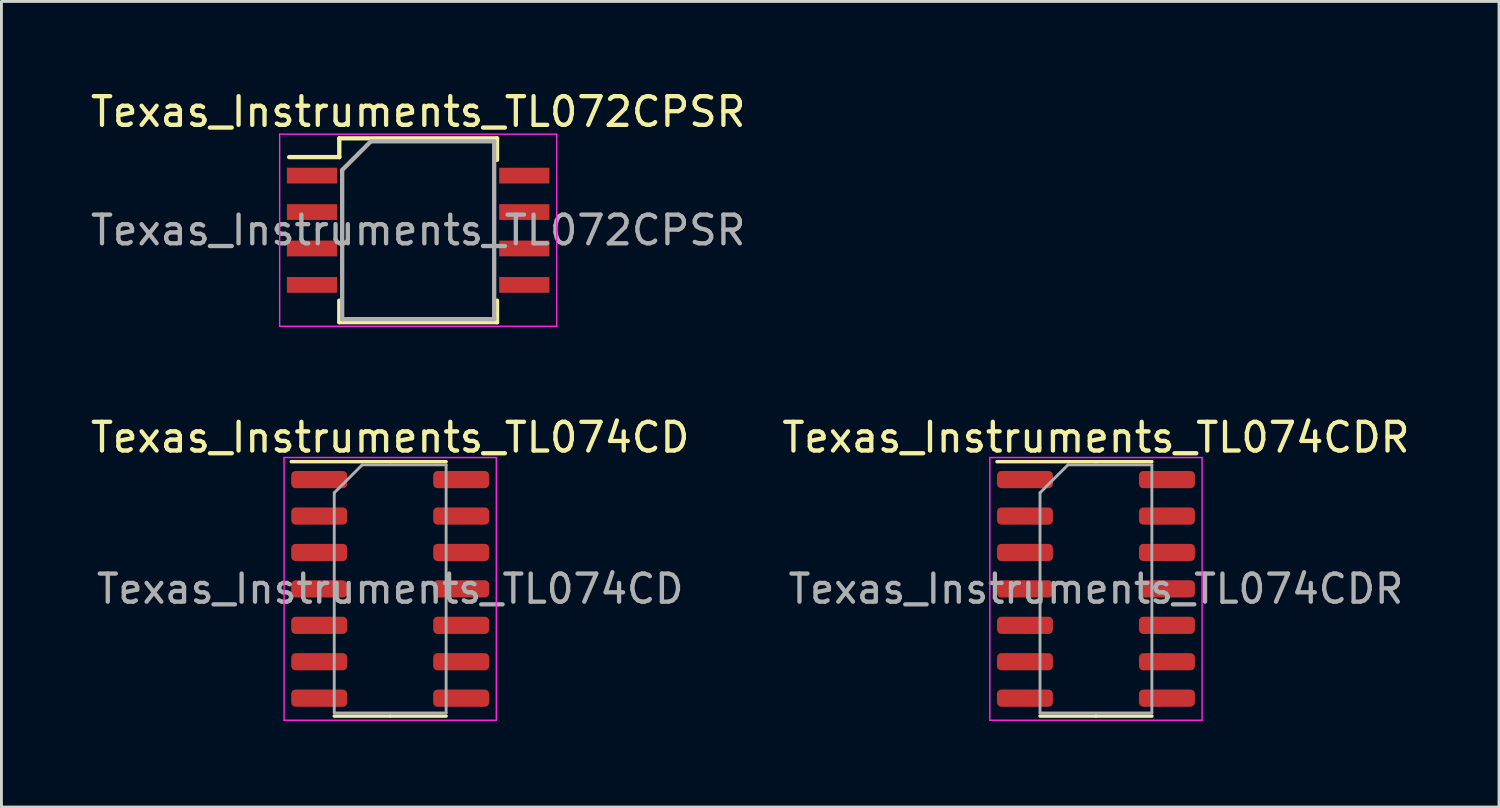
<source format=kicad_pcb>
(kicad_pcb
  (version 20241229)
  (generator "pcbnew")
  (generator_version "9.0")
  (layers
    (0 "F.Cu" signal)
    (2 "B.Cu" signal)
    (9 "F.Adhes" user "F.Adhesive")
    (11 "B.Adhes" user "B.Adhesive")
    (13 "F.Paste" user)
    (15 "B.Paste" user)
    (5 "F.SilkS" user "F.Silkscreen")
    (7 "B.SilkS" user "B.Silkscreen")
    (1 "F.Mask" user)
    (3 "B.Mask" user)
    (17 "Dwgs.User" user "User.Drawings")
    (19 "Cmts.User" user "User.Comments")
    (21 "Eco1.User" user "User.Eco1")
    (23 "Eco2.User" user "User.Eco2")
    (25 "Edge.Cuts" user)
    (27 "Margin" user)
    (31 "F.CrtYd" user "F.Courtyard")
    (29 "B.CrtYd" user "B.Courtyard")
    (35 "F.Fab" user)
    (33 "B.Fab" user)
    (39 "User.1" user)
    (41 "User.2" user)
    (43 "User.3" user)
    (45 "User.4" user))
  (footprint "Texas_Instruments_TL074CD"
    (layer "F.Cu")
    (at 10.554 17.482)
    (property "Reference" "Texas_Instruments_TL074CD" (at 0 -5.28 0) (layer "F.SilkS") (effects (font (size 1 1) (thickness 0.15))))
    (attr smd)
    (fp_line (start 0 -4.435) (end -3.45 -4.435) (stroke (width 0.12) (type solid)) (layer "F.SilkS"))
    (fp_line (start 0 -4.435) (end 1.95 -4.435) (stroke (width 0.12) (type solid)) (layer "F.SilkS"))
    (fp_line (start 0 4.435) (end -1.95 4.435) (stroke (width 0.12) (type solid)) (layer "F.SilkS"))
    (fp_line (start 0 4.435) (end 1.95 4.435) (stroke (width 0.12) (type solid)) (layer "F.SilkS"))
    (fp_line (start -3.7 -4.58) (end -3.7 4.58) (stroke (width 0.05) (type solid)) (layer "F.CrtYd"))
    (fp_line (start -3.7 4.58) (end 3.7 4.58) (stroke (width 0.05) (type solid)) (layer "F.CrtYd"))
    (fp_line (start 3.7 -4.58) (end -3.7 -4.58) (stroke (width 0.05) (type solid)) (layer "F.CrtYd"))
    (fp_line (start 3.7 4.58) (end 3.7 -4.58) (stroke (width 0.05) (type solid)) (layer "F.CrtYd"))
    (fp_line (start -1.95 -3.35) (end -0.975 -4.325) (stroke (width 0.1) (type solid)) (layer "F.Fab"))
    (fp_line (start -1.95 4.325) (end -1.95 -3.35) (stroke (width 0.1) (type solid)) (layer "F.Fab"))
    (fp_line (start -0.975 -4.325) (end 1.95 -4.325) (stroke (width 0.1) (type solid)) (layer "F.Fab"))
    (fp_line (start 1.95 -4.325) (end 1.95 4.325) (stroke (width 0.1) (type solid)) (layer "F.Fab"))
    (fp_line (start 1.95 4.325) (end -1.95 4.325) (stroke (width 0.1) (type solid)) (layer "F.Fab"))
    (fp_text user "${REFERENCE}" (at 0 0 0) (layer "F.Fab") (effects (font (size 0.98 0.98) (thickness 0.15))))
    (pad "1" smd roundrect (at -2.475 -3.81) (size 1.95 0.6) (layers "F.Cu" "F.Mask" "F.Paste") (roundrect_rratio 0.25))
    (pad "2" smd roundrect (at -2.475 -2.54) (size 1.95 0.6) (layers "F.Cu" "F.Mask" "F.Paste") (roundrect_rratio 0.25))
    (pad "3" smd roundrect (at -2.475 -1.27) (size 1.95 0.6) (layers "F.Cu" "F.Mask" "F.Paste") (roundrect_rratio 0.25))
    (pad "4" smd roundrect (at -2.475 0) (size 1.95 0.6) (layers "F.Cu" "F.Mask" "F.Paste") (roundrect_rratio 0.25))
    (pad "5" smd roundrect (at -2.475 1.27) (size 1.95 0.6) (layers "F.Cu" "F.Mask" "F.Paste") (roundrect_rratio 0.25))
    (pad "6" smd roundrect (at -2.475 2.54) (size 1.95 0.6) (layers "F.Cu" "F.Mask" "F.Paste") (roundrect_rratio 0.25))
    (pad "7" smd roundrect (at -2.475 3.81) (size 1.95 0.6) (layers "F.Cu" "F.Mask" "F.Paste") (roundrect_rratio 0.25))
    (pad "8" smd roundrect (at 2.475 3.81) (size 1.95 0.6) (layers "F.Cu" "F.Mask" "F.Paste") (roundrect_rratio 0.25))
    (pad "9" smd roundrect (at 2.475 2.54) (size 1.95 0.6) (layers "F.Cu" "F.Mask" "F.Paste") (roundrect_rratio 0.25))
    (pad "10" smd roundrect (at 2.475 1.27) (size 1.95 0.6) (layers "F.Cu" "F.Mask" "F.Paste") (roundrect_rratio 0.25))
    (pad "11" smd roundrect (at 2.475 0) (size 1.95 0.6) (layers "F.Cu" "F.Mask" "F.Paste") (roundrect_rratio 0.25))
    (pad "12" smd roundrect (at 2.475 -1.27) (size 1.95 0.6) (layers "F.Cu" "F.Mask" "F.Paste") (roundrect_rratio 0.25))
    (pad "13" smd roundrect (at 2.475 -2.54) (size 1.95 0.6) (layers "F.Cu" "F.Mask" "F.Paste") (roundrect_rratio 0.25))
    (pad "14" smd roundrect (at 2.475 -3.81) (size 1.95 0.6) (layers "F.Cu" "F.Mask" "F.Paste") (roundrect_rratio 0.25)))
  (footprint "Texas_Instruments_TL074CDR"
    (layer "F.Cu")
    (at 35.161 17.482)
    (property "Reference" "Texas_Instruments_TL074CDR" (at 0 -5.28 0) (layer "F.SilkS") (effects (font (size 1 1) (thickness 0.15))))
    (attr smd)
    (fp_line (start 0 -4.435) (end -3.45 -4.435) (stroke (width 0.12) (type solid)) (layer "F.SilkS"))
    (fp_line (start 0 -4.435) (end 1.95 -4.435) (stroke (width 0.12) (type solid)) (layer "F.SilkS"))
    (fp_line (start 0 4.435) (end -1.95 4.435) (stroke (width 0.12) (type solid)) (layer "F.SilkS"))
    (fp_line (start 0 4.435) (end 1.95 4.435) (stroke (width 0.12) (type solid)) (layer "F.SilkS"))
    (fp_line (start -3.7 -4.58) (end -3.7 4.58) (stroke (width 0.05) (type solid)) (layer "F.CrtYd"))
    (fp_line (start -3.7 4.58) (end 3.7 4.58) (stroke (width 0.05) (type solid)) (layer "F.CrtYd"))
    (fp_line (start 3.7 -4.58) (end -3.7 -4.58) (stroke (width 0.05) (type solid)) (layer "F.CrtYd"))
    (fp_line (start 3.7 4.58) (end 3.7 -4.58) (stroke (width 0.05) (type solid)) (layer "F.CrtYd"))
    (fp_line (start -1.95 -3.35) (end -0.975 -4.325) (stroke (width 0.1) (type solid)) (layer "F.Fab"))
    (fp_line (start -1.95 4.325) (end -1.95 -3.35) (stroke (width 0.1) (type solid)) (layer "F.Fab"))
    (fp_line (start -0.975 -4.325) (end 1.95 -4.325) (stroke (width 0.1) (type solid)) (layer "F.Fab"))
    (fp_line (start 1.95 -4.325) (end 1.95 4.325) (stroke (width 0.1) (type solid)) (layer "F.Fab"))
    (fp_line (start 1.95 4.325) (end -1.95 4.325) (stroke (width 0.1) (type solid)) (layer "F.Fab"))
    (fp_text user "${REFERENCE}" (at 0 0 0) (layer "F.Fab") (effects (font (size 0.98 0.98) (thickness 0.15))))
    (pad "1" smd roundrect (at -2.475 -3.81) (size 1.95 0.6) (layers "F.Cu" "F.Mask" "F.Paste") (roundrect_rratio 0.25))
    (pad "2" smd roundrect (at -2.475 -2.54) (size 1.95 0.6) (layers "F.Cu" "F.Mask" "F.Paste") (roundrect_rratio 0.25))
    (pad "3" smd roundrect (at -2.475 -1.27) (size 1.95 0.6) (layers "F.Cu" "F.Mask" "F.Paste") (roundrect_rratio 0.25))
    (pad "4" smd roundrect (at -2.475 0) (size 1.95 0.6) (layers "F.Cu" "F.Mask" "F.Paste") (roundrect_rratio 0.25))
    (pad "5" smd roundrect (at -2.475 1.27) (size 1.95 0.6) (layers "F.Cu" "F.Mask" "F.Paste") (roundrect_rratio 0.25))
    (pad "6" smd roundrect (at -2.475 2.54) (size 1.95 0.6) (layers "F.Cu" "F.Mask" "F.Paste") (roundrect_rratio 0.25))
    (pad "7" smd roundrect (at -2.475 3.81) (size 1.95 0.6) (layers "F.Cu" "F.Mask" "F.Paste") (roundrect_rratio 0.25))
    (pad "8" smd roundrect (at 2.475 3.81) (size 1.95 0.6) (layers "F.Cu" "F.Mask" "F.Paste") (roundrect_rratio 0.25))
    (pad "9" smd roundrect (at 2.475 2.54) (size 1.95 0.6) (layers "F.Cu" "F.Mask" "F.Paste") (roundrect_rratio 0.25))
    (pad "10" smd roundrect (at 2.475 1.27) (size 1.95 0.6) (layers "F.Cu" "F.Mask" "F.Paste") (roundrect_rratio 0.25))
    (pad "11" smd roundrect (at 2.475 0) (size 1.95 0.6) (layers "F.Cu" "F.Mask" "F.Paste") (roundrect_rratio 0.25))
    (pad "12" smd roundrect (at 2.475 -1.27) (size 1.95 0.6) (layers "F.Cu" "F.Mask" "F.Paste") (roundrect_rratio 0.25))
    (pad "13" smd roundrect (at 2.475 -2.54) (size 1.95 0.6) (layers "F.Cu" "F.Mask" "F.Paste") (roundrect_rratio 0.25))
    (pad "14" smd roundrect (at 2.475 -3.81) (size 1.95 0.6) (layers "F.Cu" "F.Mask" "F.Paste") (roundrect_rratio 0.25)))
  (footprint "Texas_Instruments_TL072CPSR"
    (layer "F.Cu")
    (at 11.53 4.978)
    (property "Reference" "Texas_Instruments_TL072CPSR" (at 0 -4.13 0) (layer "F.SilkS") (effects (font (size 1 1) (thickness 0.15))))
    (attr smd)
    (fp_line (start -2.75 -3.205) (end -2.75 -2.55) (stroke (width 0.15) (type solid)) (layer "F.SilkS"))
    (fp_line (start -2.75 -3.205) (end 2.75 -3.205) (stroke (width 0.15) (type solid)) (layer "F.SilkS"))
    (fp_line (start -2.75 -2.55) (end -4.5 -2.55) (stroke (width 0.15) (type solid)) (layer "F.SilkS"))
    (fp_line (start -2.75 3.205) (end -2.75 2.455) (stroke (width 0.15) (type solid)) (layer "F.SilkS"))
    (fp_line (start -2.75 3.205) (end 2.75 3.205) (stroke (width 0.15) (type solid)) (layer "F.SilkS"))
    (fp_line (start 2.75 -3.205) (end 2.75 -2.455) (stroke (width 0.15) (type solid)) (layer "F.SilkS"))
    (fp_line (start 2.75 3.205) (end 2.75 2.455) (stroke (width 0.15) (type solid)) (layer "F.SilkS"))
    (fp_line (start -4.83 -3.35) (end -4.83 3.35) (stroke (width 0.05) (type solid)) (layer "F.CrtYd"))
    (fp_line (start -4.83 -3.35) (end 4.83 -3.35) (stroke (width 0.05) (type solid)) (layer "F.CrtYd"))
    (fp_line (start -4.83 3.35) (end 4.83 3.35) (stroke (width 0.05) (type solid)) (layer "F.CrtYd"))
    (fp_line (start 4.83 -3.35) (end 4.83 3.35) (stroke (width 0.05) (type solid)) (layer "F.CrtYd"))
    (fp_line (start -2.65 -2.1) (end -1.65 -3.1) (stroke (width 0.15) (type solid)) (layer "F.Fab"))
    (fp_line (start -2.65 3.1) (end -2.65 -2.1) (stroke (width 0.15) (type solid)) (layer "F.Fab"))
    (fp_line (start -1.65 -3.1) (end 2.65 -3.1) (stroke (width 0.15) (type solid)) (layer "F.Fab"))
    (fp_line (start 2.65 -3.1) (end 2.65 3.1) (stroke (width 0.15) (type solid)) (layer "F.Fab"))
    (fp_line (start 2.65 3.1) (end -2.65 3.1) (stroke (width 0.15) (type solid)) (layer "F.Fab"))
    (fp_text user "${REFERENCE}" (at 0 0 0) (layer "F.Fab") (effects (font (size 1 1) (thickness 0.15))))
    (pad "1" smd rect (at -3.7 -1.905) (size 1.75 0.55) (layers "F.Cu" "F.Mask" "F.Paste"))
    (pad "2" smd rect (at -3.7 -0.635) (size 1.75 0.55) (layers "F.Cu" "F.Mask" "F.Paste"))
    (pad "3" smd rect (at -3.7 0.635) (size 1.75 0.55) (layers "F.Cu" "F.Mask" "F.Paste"))
    (pad "4" smd rect (at -3.7 1.905) (size 1.75 0.55) (layers "F.Cu" "F.Mask" "F.Paste"))
    (pad "5" smd rect (at 3.7 1.905) (size 1.75 0.55) (layers "F.Cu" "F.Mask" "F.Paste"))
    (pad "6" smd rect (at 3.7 0.635) (size 1.75 0.55) (layers "F.Cu" "F.Mask" "F.Paste"))
    (pad "7" smd rect (at 3.7 -0.635) (size 1.75 0.55) (layers "F.Cu" "F.Mask" "F.Paste"))
    (pad "8" smd rect (at 3.7 -1.905) (size 1.75 0.55) (layers "F.Cu" "F.Mask" "F.Paste")))
  (gr_rect
    (start -3 -3)
    (end 49.214 25.087)
    (stroke (width 0.1) (type default))
    (fill no)
    (layer "Edge.Cuts")))
</source>
